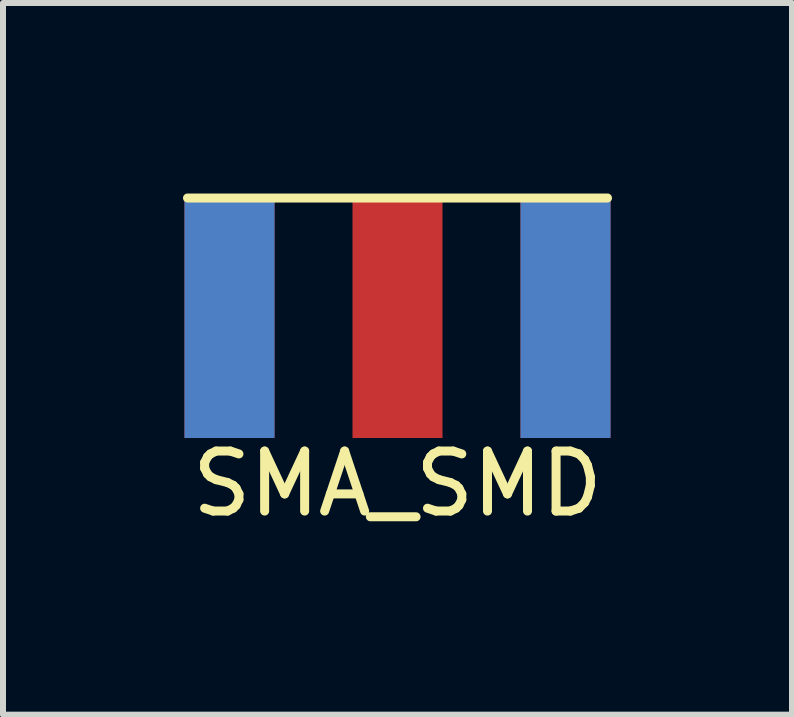
<source format=kicad_pcb>
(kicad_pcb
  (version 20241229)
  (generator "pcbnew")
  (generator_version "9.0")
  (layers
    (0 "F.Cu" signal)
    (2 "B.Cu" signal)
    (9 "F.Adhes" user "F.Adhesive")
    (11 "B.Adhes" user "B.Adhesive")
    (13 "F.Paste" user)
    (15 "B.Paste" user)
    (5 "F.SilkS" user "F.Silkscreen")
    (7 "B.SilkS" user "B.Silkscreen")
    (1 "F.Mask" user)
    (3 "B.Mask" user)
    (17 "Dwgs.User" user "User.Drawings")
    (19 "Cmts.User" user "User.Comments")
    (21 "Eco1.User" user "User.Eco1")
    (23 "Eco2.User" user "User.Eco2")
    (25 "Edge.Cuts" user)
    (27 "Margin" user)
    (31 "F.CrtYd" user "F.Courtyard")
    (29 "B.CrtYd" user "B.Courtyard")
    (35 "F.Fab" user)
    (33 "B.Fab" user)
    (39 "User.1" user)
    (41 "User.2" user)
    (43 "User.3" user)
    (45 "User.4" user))
  (footprint "SMA_SMD"
    (layer "F.Cu")
    (at 3.575 0.25)
    (property "Reference" "SMA_SMD" (at 0 4.763 0) (layer "F.SilkS") (effects (font (size 1 1) (thickness 0.15))))
    (attr through_hole)
    (fp_line (start -3.5 0) (end 3.5 0) (stroke (width 0.15) (type solid)) (layer "F.SilkS"))
    (pad "1" smd rect (at 0 2) (size 1.5 4) (layers "F.Cu" "F.Mask" "F.Paste"))
    (pad "2" smd rect (at -2.8 2) (size 1.5 4) (layers "F.Cu" "F.Mask" "F.Paste"))
    (pad "3" smd rect (at 2.8 2) (size 1.5 4) (layers "F.Cu" "F.Mask" "F.Paste"))
    (pad "4" smd rect (at -2.8 2) (size 1.5 4) (layers "B.Cu" "B.Mask" "B.Paste"))
    (pad "5" smd rect (at 2.8 2) (size 1.5 4) (layers "B.Cu" "B.Mask" "B.Paste")))
  (gr_rect
    (start -3 -3)
    (end 10.15 8.861)
    (stroke (width 0.1) (type default))
    (fill no)
    (layer "Edge.Cuts")))
</source>
